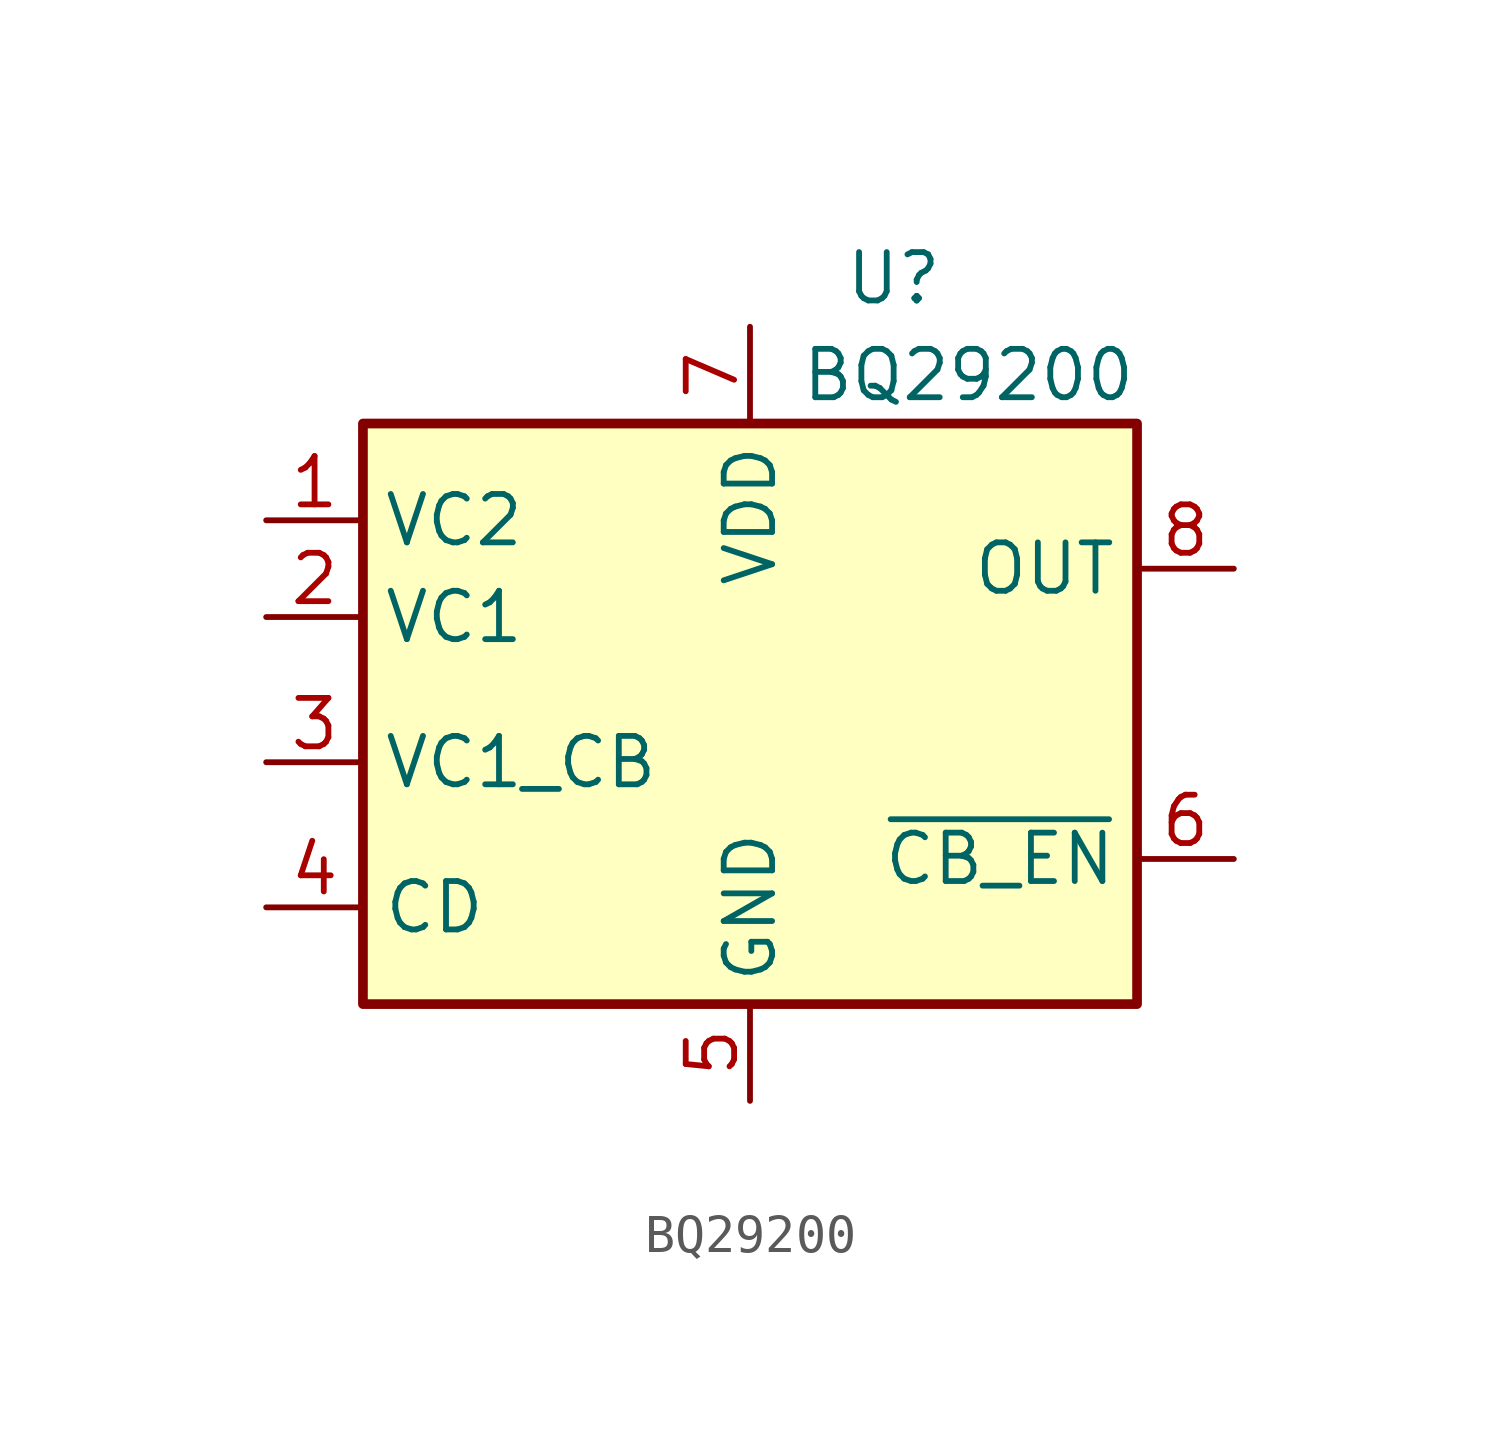
<source format=kicad_sym>
(kicad_symbol_lib
  (version 20220914)
  (generator kicad_symbol_editor)
  (symbol "BQ29200"
    (property "Reference" "U"
      (at 5.08 11.43 0)
      (effects (font (size 1.27 1.27)) (justify right)))
    (property "Value" "BQ29200"
      (at 10.16 8.89 0)
      (effects (font (size 1.27 1.27)) (justify right)))
    (symbol "BQ29200_0_1"
      (rectangle (start -10.16 7.62) (end 10.16 -7.62) (stroke (width 0.254) (type default)) (fill (type background))))
    (symbol "BQ29200_1_1"
      (pin input line (at -12.7 5.08 0) (length 2.54) (name "VC2" (effects (font (size 1.27 1.27)))) (number "1" (effects (font (size 1.27 1.27)))))
      (pin input line (at -12.7 2.54 0) (length 2.54) (name "VC1" (effects (font (size 1.27 1.27)))) (number "2" (effects (font (size 1.27 1.27)))))
      (pin input line (at -12.7 -1.27 0) (length 2.54) (name "VC1_CB" (effects (font (size 1.27 1.27)))) (number "3" (effects (font (size 1.27 1.27)))))
      (pin input line (at -12.7 -5.08 0) (length 2.54) (name "CD" (effects (font (size 1.27 1.27)))) (number "4" (effects (font (size 1.27 1.27)))))
      (pin power_in line (at 0 -10.16 90) (length 2.54) (name "GND" (effects (font (size 1.27 1.27)))) (number "5" (effects (font (size 1.27 1.27)))))
      (pin input line (at 12.7 -3.81 180) (length 2.54) (name "~{CB_EN}" (effects (font (size 1.27 1.27)))) (number "6" (effects (font (size 1.27 1.27)))))
      (pin power_in line (at 0 10.16 270) (length 2.54) (name "VDD" (effects (font (size 1.27 1.27)))) (number "7" (effects (font (size 1.27 1.27)))))
      (pin output line (at 12.7 3.81 180) (length 2.54) (name "OUT" (effects (font (size 1.27 1.27)))) (number "8" (effects (font (size 1.27 1.27)))))
      (pin passive line (at 0 -10.16 90) (length 2.54) hide (name "PWR_PAD" (effects (font (size 1.27 1.27)))) (number "9" (effects (font (size 1.27 1.27))))))))
</source>
